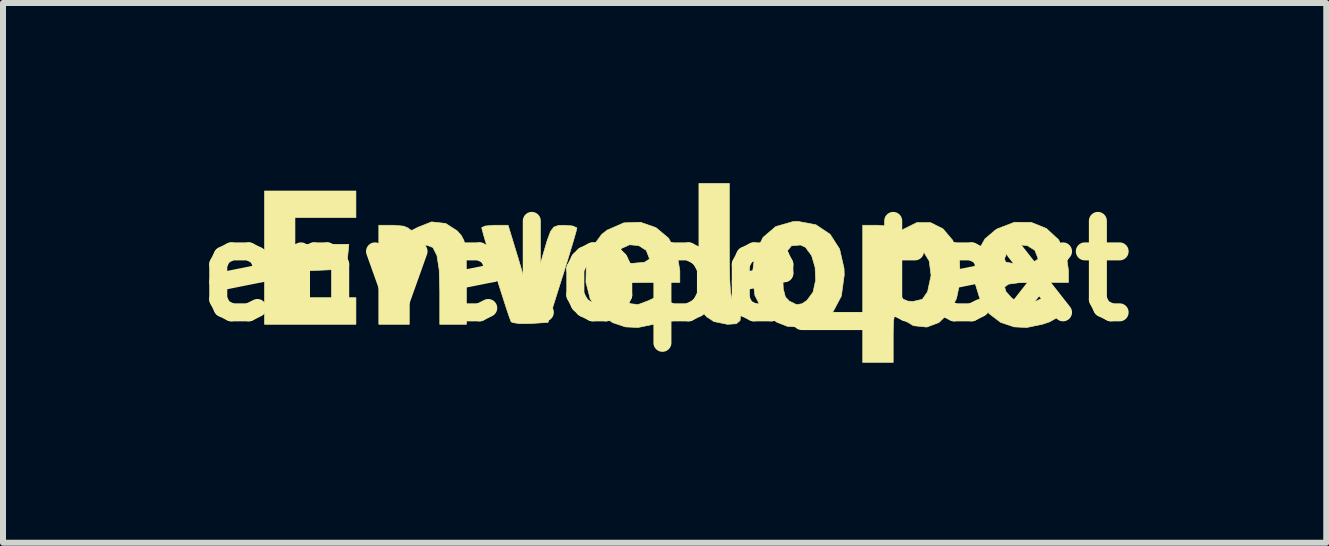
<source format=kicad_pcb>
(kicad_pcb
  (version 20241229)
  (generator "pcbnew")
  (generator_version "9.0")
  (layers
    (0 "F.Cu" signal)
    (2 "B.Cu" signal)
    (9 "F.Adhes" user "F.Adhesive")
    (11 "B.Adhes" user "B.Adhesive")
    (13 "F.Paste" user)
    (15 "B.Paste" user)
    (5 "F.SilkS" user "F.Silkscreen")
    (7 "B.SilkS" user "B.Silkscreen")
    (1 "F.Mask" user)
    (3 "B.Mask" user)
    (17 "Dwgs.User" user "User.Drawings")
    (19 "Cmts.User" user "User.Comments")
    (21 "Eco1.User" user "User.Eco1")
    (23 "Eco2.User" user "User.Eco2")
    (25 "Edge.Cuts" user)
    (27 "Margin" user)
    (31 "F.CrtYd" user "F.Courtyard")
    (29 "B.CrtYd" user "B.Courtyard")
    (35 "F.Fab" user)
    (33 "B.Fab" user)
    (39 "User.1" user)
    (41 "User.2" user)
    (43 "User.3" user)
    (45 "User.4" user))
  (footprint "envelope_text"
    (layer "F.Cu")
    (at 8.026 1.466)
    (property "Reference" "envelope_text" (at 0 0 0) (layer "F.SilkS") (effects (font (size 1.524 1.524) (thickness 0.3))))
    (attr through_hole)
    (fp_poly (pts (xy -5.144 -0.889) (xy -6.16 -0.889) (xy -6.16 -0.445) (xy -5.262 -0.445) (xy -5.302 -0.032) (xy -5.731 -0.013) (xy -6.16 0.006) (xy -6.16 0.225) (xy -6.16 0.445) (xy -5.144 0.445) (xy -5.144 0.889) (xy -6.668 0.889) (xy -6.668 -1.333) (xy -5.144 -1.333) (xy -5.144 -0.889)) (stroke (width 0.01) (type solid)) (fill yes) (layer "F.SilkS"))
    (fp_poly (pts (xy 1.079 -0.476) (xy 1.081 -0.097) (xy 1.087 0.174) (xy 1.099 0.352) (xy 1.119 0.455) (xy 1.149 0.501) (xy 1.175 0.508) (xy 1.25 0.565) (xy 1.27 0.699) (xy 1.258 0.826) (xy 1.195 0.879) (xy 1.048 0.889) (xy 0.822 0.843) (xy 0.699 0.762) (xy 0.651 0.706) (xy 0.617 0.632) (xy 0.595 0.521) (xy 0.581 0.352) (xy 0.574 0.105) (xy 0.572 -0.24) (xy 0.572 -0.413) (xy 0.572 -1.46) (xy 1.079 -1.46) (xy 1.079 -0.476)) (stroke (width 0.01) (type solid)) (fill yes) (layer "F.SilkS"))
    (fp_poly (pts (xy -3.648 -0.792) (xy -3.458 -0.67) (xy -3.389 -0.593) (xy -3.345 -0.509) (xy -3.318 -0.39) (xy -3.306 -0.21) (xy -3.302 0.061) (xy -3.302 0.188) (xy -3.302 0.889) (xy -3.747 0.889) (xy -3.747 0.33) (xy -3.757 -0.022) (xy -3.794 -0.258) (xy -3.861 -0.391) (xy -3.963 -0.431) (xy -4.089 -0.396) (xy -4.166 -0.355) (xy -4.214 -0.3) (xy -4.241 -0.205) (xy -4.252 -0.041) (xy -4.254 0.217) (xy -4.255 0.284) (xy -4.255 0.889) (xy -4.763 0.889) (xy -4.763 -0.762) (xy -4.508 -0.762) (xy -4.349 -0.747) (xy -4.261 -0.71) (xy -4.255 -0.695) (xy -4.212 -0.676) (xy -4.113 -0.727) (xy -3.884 -0.818) (xy -3.648 -0.792)) (stroke (width 0.01) (type solid)) (fill yes) (layer "F.SilkS"))
    (fp_poly (pts (xy 2.522 -0.77) (xy 2.758 -0.612) (xy 2.917 -0.365) (xy 2.991 -0.04) (xy 2.994 0.068) (xy 2.946 0.417) (xy 2.809 0.676) (xy 2.581 0.849) (xy 2.303 0.939) (xy 2.048 0.923) (xy 1.87 0.854) (xy 1.642 0.675) (xy 1.505 0.408) (xy 1.461 0.068) (xy 1.968 0.068) (xy 1.978 0.298) (xy 2.013 0.433) (xy 2.08 0.503) (xy 2.2 0.561) (xy 2.29 0.546) (xy 2.373 0.49) (xy 2.474 0.352) (xy 2.517 0.155) (xy 2.508 -0.061) (xy 2.45 -0.257) (xy 2.348 -0.395) (xy 2.265 -0.433) (xy 2.115 -0.42) (xy 2.019 -0.305) (xy 1.974 -0.083) (xy 1.968 0.068) (xy 1.461 0.068) (xy 1.46 0.066) (xy 1.507 -0.287) (xy 1.64 -0.559) (xy 1.852 -0.74) (xy 2.136 -0.822) (xy 2.223 -0.826) (xy 2.522 -0.77)) (stroke (width 0.01) (type solid)) (fill yes) (layer "F.SilkS"))
    (fp_poly (pts (xy -2.447 -0.235) (xy -2.373 0.015) (xy -2.316 0.225) (xy -2.285 0.36) (xy -2.282 0.384) (xy -2.263 0.42) (xy -2.218 0.334) (xy -2.145 0.127) (xy -2.047 -0.198) (xy -2.027 -0.27) (xy -1.955 -0.513) (xy -1.901 -0.659) (xy -1.844 -0.733) (xy -1.769 -0.759) (xy -1.673 -0.762) (xy -1.531 -0.75) (xy -1.462 -0.719) (xy -1.462 -0.714) (xy -1.48 -0.639) (xy -1.53 -0.467) (xy -1.603 -0.224) (xy -1.693 0.066) (xy -1.703 0.095) (xy -1.943 0.857) (xy -2.236 0.876) (xy -2.416 0.878) (xy -2.536 0.859) (xy -2.559 0.845) (xy -2.588 0.767) (xy -2.645 0.598) (xy -2.719 0.367) (xy -2.803 0.103) (xy -2.886 -0.166) (xy -2.961 -0.411) (xy -3.017 -0.602) (xy -3.046 -0.71) (xy -3.048 -0.723) (xy -2.992 -0.749) (xy -2.855 -0.762) (xy -2.828 -0.762) (xy -2.608 -0.762) (xy -2.447 -0.235)) (stroke (width 0.01) (type solid)) (fill yes) (layer "F.SilkS"))
    (fp_poly (pts (xy 4.433 -0.806) (xy 4.639 -0.703) (xy 4.803 -0.509) (xy 4.905 -0.235) (xy 4.915 -0.18) (xy 4.927 0.163) (xy 4.865 0.459) (xy 4.741 0.695) (xy 4.572 0.859) (xy 4.369 0.935) (xy 4.147 0.912) (xy 3.921 0.776) (xy 3.862 0.733) (xy 3.829 0.749) (xy 3.814 0.845) (xy 3.81 1.041) (xy 3.81 1.101) (xy 3.81 1.524) (xy 3.302 1.524) (xy 3.302 0.055) (xy 3.81 0.055) (xy 3.832 0.299) (xy 3.909 0.442) (xy 4.053 0.502) (xy 4.142 0.508) (xy 4.296 0.472) (xy 4.383 0.345) (xy 4.441 0.074) (xy 4.41 -0.166) (xy 4.318 -0.318) (xy 4.15 -0.429) (xy 4.002 -0.423) (xy 3.888 -0.312) (xy 3.821 -0.104) (xy 3.81 0.055) (xy 3.302 0.055) (xy 3.302 -0.762) (xy 3.556 -0.762) (xy 3.73 -0.747) (xy 3.803 -0.698) (xy 3.81 -0.662) (xy 3.826 -0.607) (xy 3.892 -0.631) (xy 3.977 -0.694) (xy 4.205 -0.807) (xy 4.433 -0.806)) (stroke (width 0.01) (type solid)) (fill yes) (layer "F.SilkS"))
    (fp_poly (pts (xy -0.145 -0.723) (xy 0.065 -0.548) (xy 0.205 -0.299) (xy 0.254 -0.006) (xy 0.254 0.191) (xy -0.286 0.191) (xy -0.572 0.196) (xy -0.743 0.219) (xy -0.811 0.266) (xy -0.788 0.343) (xy -0.699 0.445) (xy -0.571 0.545) (xy -0.443 0.56) (xy -0.269 0.495) (xy -0.226 0.474) (xy -0.091 0.414) (xy -0.002 0.426) (xy 0.086 0.502) (xy 0.162 0.634) (xy 0.112 0.75) (xy -0.061 0.848) (xy -0.181 0.888) (xy -0.443 0.942) (xy -0.654 0.932) (xy -0.868 0.86) (xy -1.091 0.7) (xy -1.24 0.466) (xy -1.311 0.188) (xy -1.305 -0.103) (xy -1.272 -0.208) (xy -0.812 -0.208) (xy -0.796 -0.15) (xy -0.691 -0.129) (xy -0.54 -0.127) (xy -0.338 -0.144) (xy -0.256 -0.195) (xy -0.254 -0.21) (xy -0.306 -0.344) (xy -0.431 -0.423) (xy -0.583 -0.437) (xy -0.717 -0.377) (xy -0.76 -0.322) (xy -0.812 -0.208) (xy -1.272 -0.208) (xy -1.218 -0.379) (xy -1.049 -0.609) (xy -0.959 -0.68) (xy -0.68 -0.802) (xy -0.402 -0.812) (xy -0.145 -0.723)) (stroke (width 0.01) (type solid)) (fill yes) (layer "F.SilkS"))
    (fp_poly (pts (xy 6.11 -0.81) (xy 6.363 -0.708) (xy 6.566 -0.521) (xy 6.695 -0.262) (xy 6.731 -0.006) (xy 6.731 0.191) (xy 6.191 0.191) (xy 5.905 0.196) (xy 5.734 0.219) (xy 5.666 0.266) (xy 5.689 0.343) (xy 5.779 0.445) (xy 5.906 0.545) (xy 6.034 0.56) (xy 6.208 0.495) (xy 6.251 0.474) (xy 6.386 0.414) (xy 6.475 0.426) (xy 6.563 0.502) (xy 6.639 0.634) (xy 6.589 0.75) (xy 6.416 0.848) (xy 6.296 0.888) (xy 6.036 0.942) (xy 5.825 0.932) (xy 5.601 0.857) (xy 5.407 0.71) (xy 5.259 0.478) (xy 5.174 0.202) (xy 5.171 -0.08) (xy 5.201 -0.208) (xy 5.665 -0.208) (xy 5.681 -0.15) (xy 5.786 -0.129) (xy 5.937 -0.127) (xy 6.139 -0.144) (xy 6.221 -0.195) (xy 6.223 -0.21) (xy 6.171 -0.344) (xy 6.046 -0.423) (xy 5.894 -0.437) (xy 5.76 -0.377) (xy 5.717 -0.322) (xy 5.665 -0.208) (xy 5.201 -0.208) (xy 5.234 -0.35) (xy 5.339 -0.535) (xy 5.51 -0.68) (xy 5.544 -0.702) (xy 5.83 -0.812) (xy 6.11 -0.81)) (stroke (width 0.01) (type solid)) (fill yes) (layer "F.SilkS")))
  (gr_rect
    (start -3 -3)
    (end 19.053 5.995)
    (stroke (width 0.1) (type default))
    (fill no)
    (layer "Edge.Cuts")))
</source>
